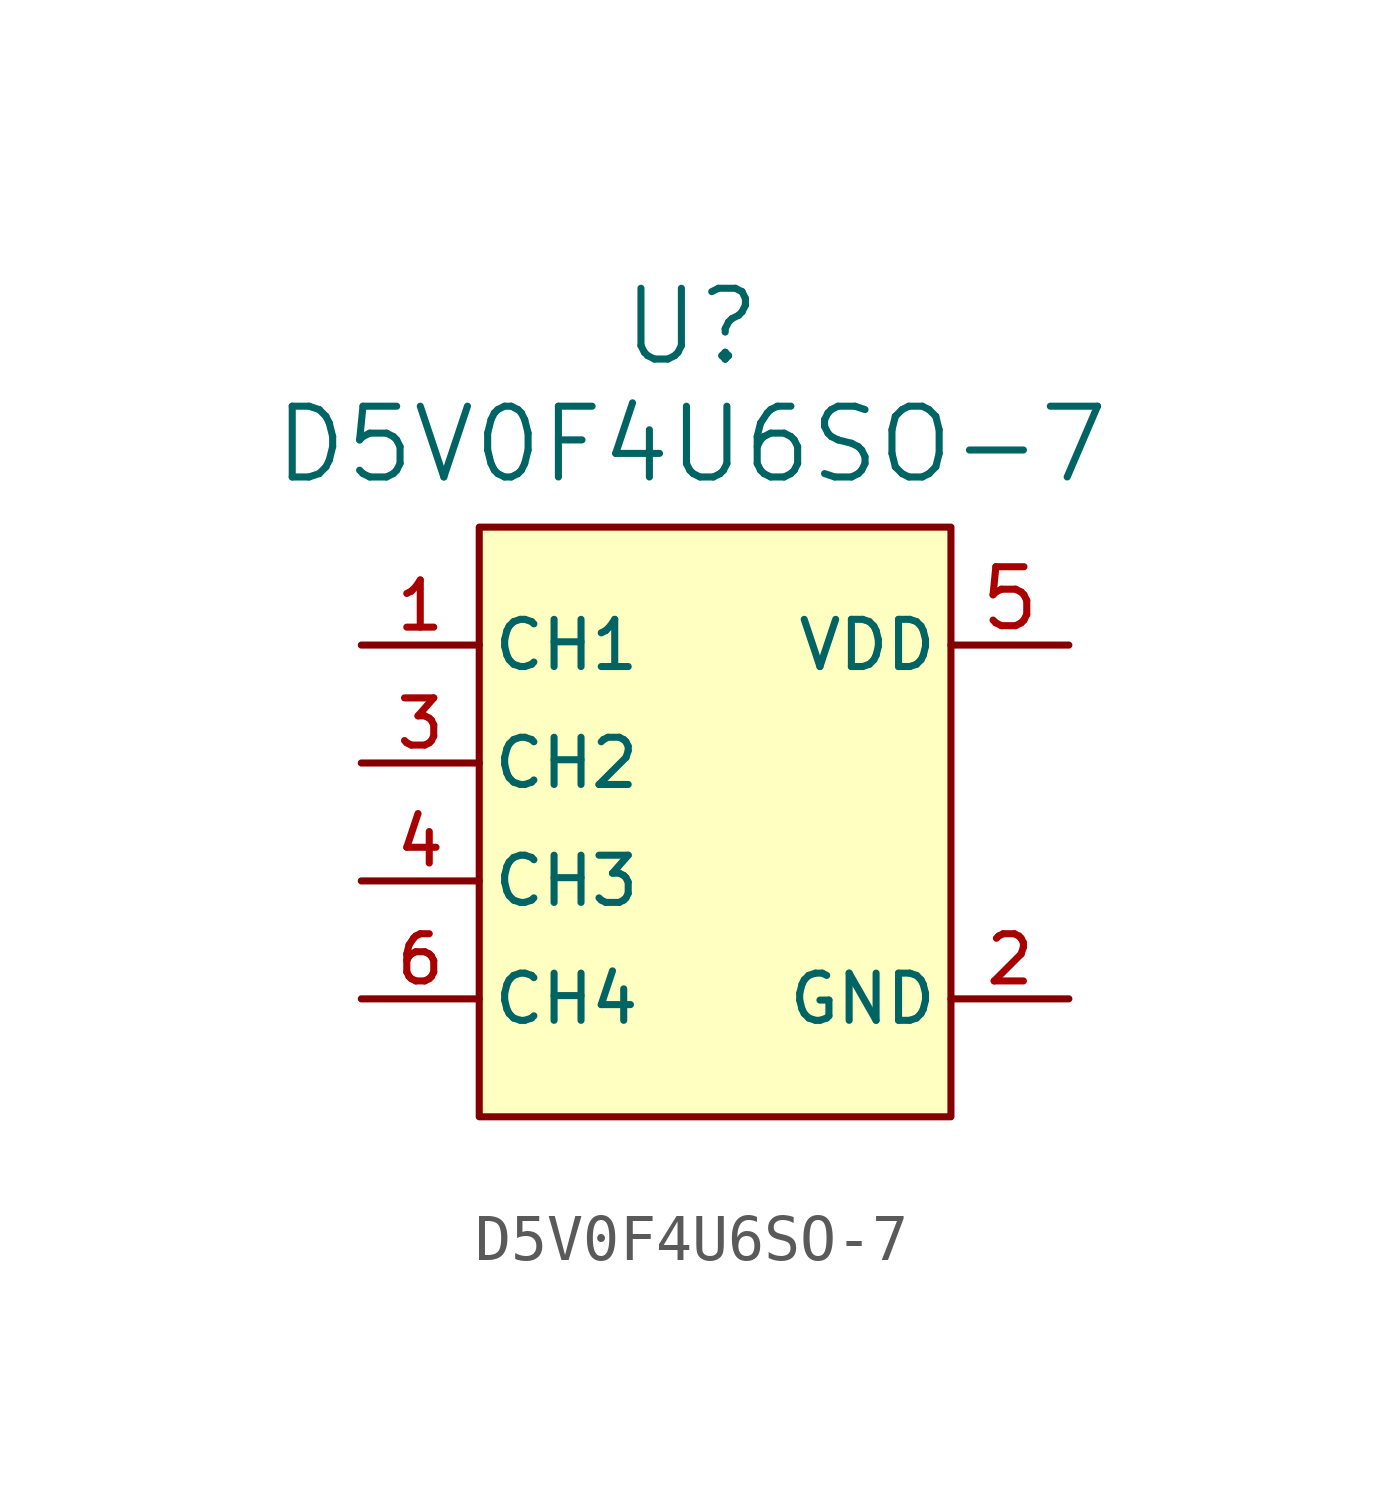
<source format=kicad_sym>
(kicad_symbol_lib
  (version 20231120)
  (generator "kicad_symbol_editor")
  (generator_version "8.0")
  (symbol "D5V0F4U6SO-7"
    (pin_names
      (offset 0.254))
    (property "Reference" "U"
      (at -0.508 10.668 0)
      (effects (font (size 1.524 1.524))))
    (property "Value" "D5V0F4U6SO-7"
      (at -0.508 8.128 0)
      (effects (font (size 1.524 1.524))))
    (symbol "D5V0F4U6SO-7_0_1"
      (rectangle (start -5.08 6.35) (end 5.08 -6.35) (stroke (width 0) (type default)) (fill (type background))))
    (symbol "D5V0F4U6SO-7_1_1"
      (pin unspecified line (at -7.62 3.81 0) (length 2.54) (name "CH1" (effects (font (size 1.016 1.016)))) (number "1" (effects (font (size 1.016 1.016)))))
      (pin power_in line (at 7.62 -3.81 180) (length 2.54) (name "GND" (effects (font (size 1.016 1.016)))) (number "2" (effects (font (size 1.016 1.016)))))
      (pin unspecified line (at -7.62 1.27 0) (length 2.54) (name "CH2" (effects (font (size 1.016 1.016)))) (number "3" (effects (font (size 1.016 1.016)))))
      (pin unspecified line (at -7.62 -1.27 0) (length 2.54) (name "CH3" (effects (font (size 1.016 1.016)))) (number "4" (effects (font (size 1.016 1.016)))))
      (pin power_in line (at 7.62 3.81 180) (length 2.54) (name "VDD" (effects (font (size 1.016 1.016)))) (number "5" (effects (font (size 1.27 1.27)))))
      (pin unspecified line (at -7.62 -3.81 0) (length 2.54) (name "CH4" (effects (font (size 1.016 1.016)))) (number "6" (effects (font (size 1.016 1.016))))))))
</source>
